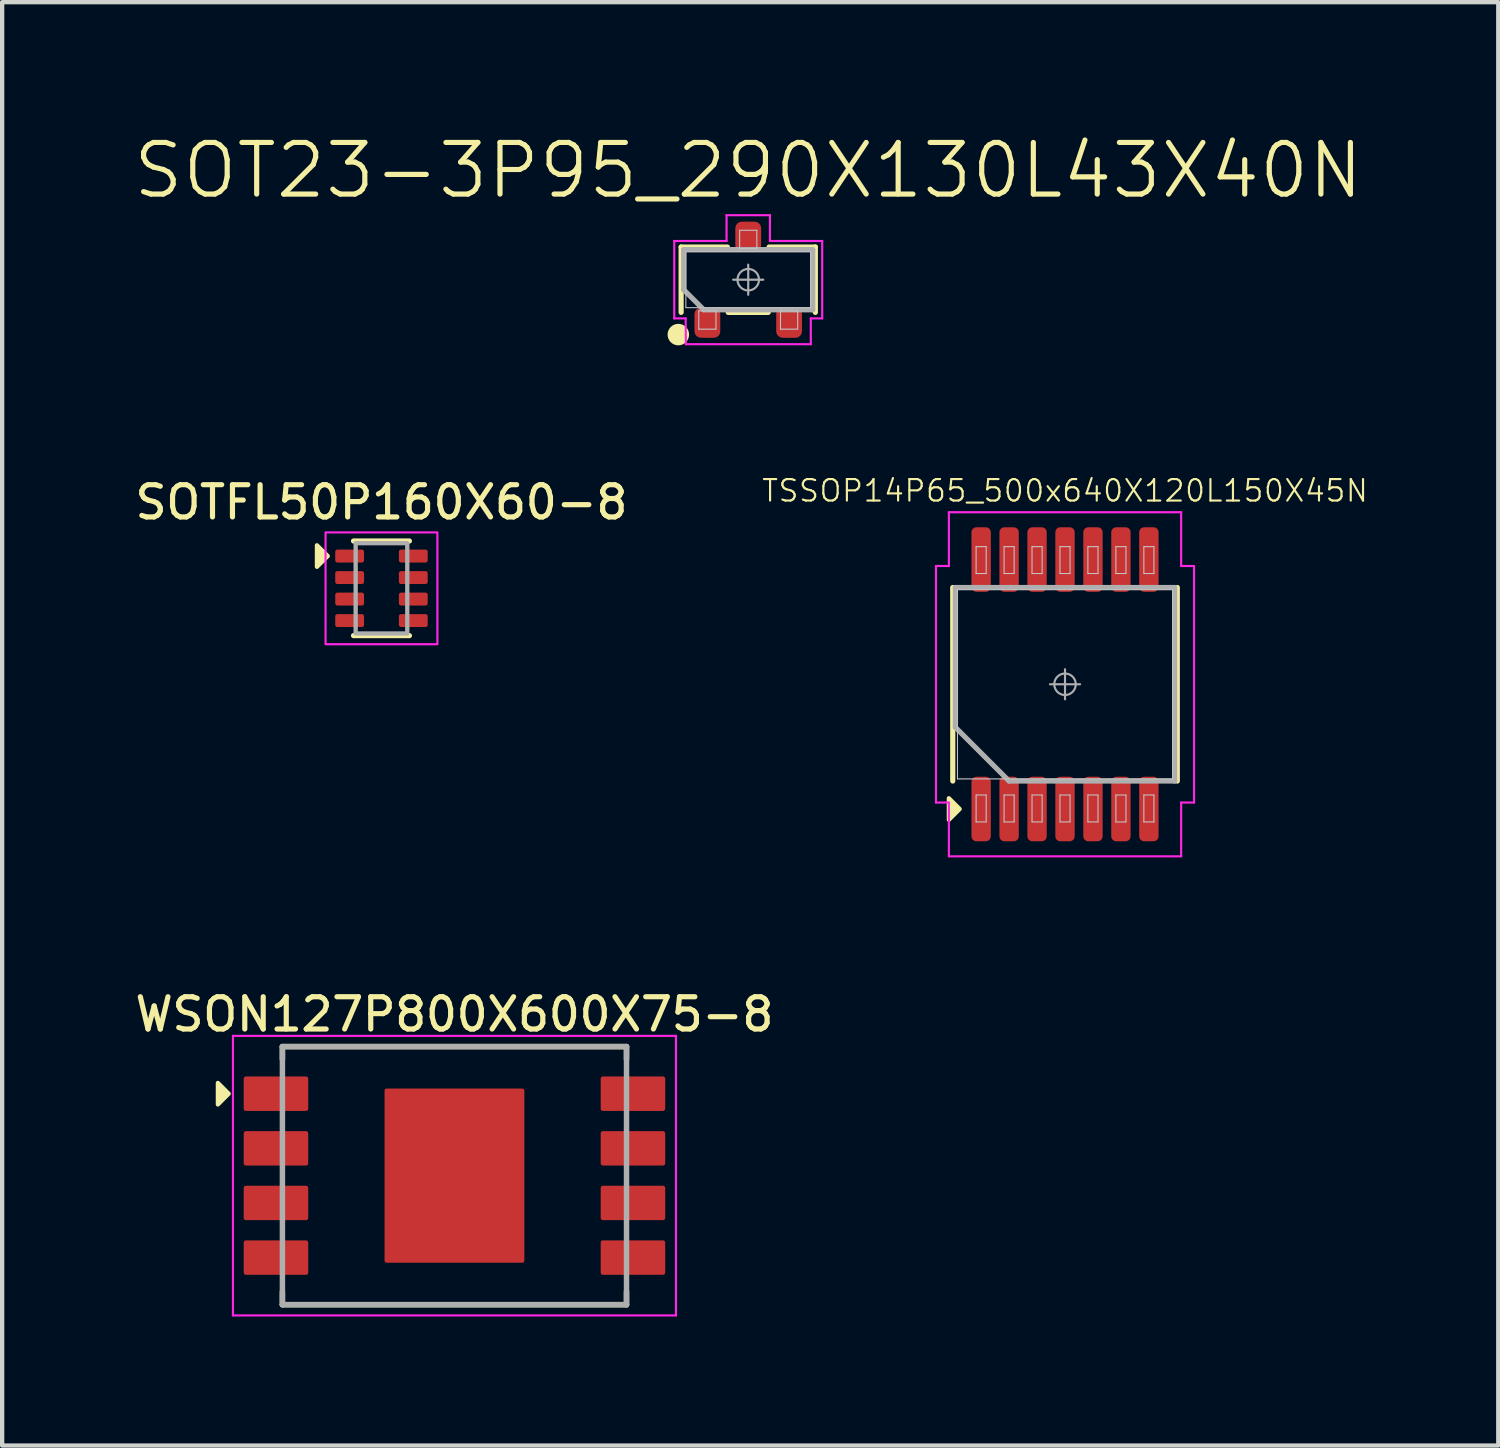
<source format=kicad_pcb>
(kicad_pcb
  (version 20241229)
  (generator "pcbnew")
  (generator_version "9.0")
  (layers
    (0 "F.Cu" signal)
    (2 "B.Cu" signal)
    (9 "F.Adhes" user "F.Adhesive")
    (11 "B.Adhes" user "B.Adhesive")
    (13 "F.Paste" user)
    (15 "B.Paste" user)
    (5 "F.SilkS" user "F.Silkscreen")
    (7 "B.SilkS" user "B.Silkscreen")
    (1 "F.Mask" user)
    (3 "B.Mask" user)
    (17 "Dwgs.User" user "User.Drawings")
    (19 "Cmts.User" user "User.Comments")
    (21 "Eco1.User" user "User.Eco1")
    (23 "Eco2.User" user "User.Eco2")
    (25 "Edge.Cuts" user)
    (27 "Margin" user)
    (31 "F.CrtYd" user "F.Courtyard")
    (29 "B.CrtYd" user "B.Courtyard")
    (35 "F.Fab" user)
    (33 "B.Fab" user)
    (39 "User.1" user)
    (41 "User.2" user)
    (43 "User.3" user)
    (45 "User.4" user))
  (footprint "WSON127P800X600X75-8"
    (layer "F.Cu")
    (at 7.516 24.283)
    (property "Reference" "WSON127P800X600X75-8" (at 0 -3.75 0) (layer "F.SilkS") (effects (font (size 0.75 0.75) (thickness 0.12))))
    (attr smd)
    (fp_line (start -4 -3) (end 4 -3) (stroke (width 0.127) (type solid)) (layer "F.SilkS"))
    (fp_line (start -4 -2.7) (end -4 -3) (stroke (width 0.127) (type solid)) (layer "F.SilkS"))
    (fp_line (start -4 3) (end -4 2.7) (stroke (width 0.127) (type solid)) (layer "F.SilkS"))
    (fp_line (start 4 -3) (end 4 -2.7) (stroke (width 0.127) (type solid)) (layer "F.SilkS"))
    (fp_line (start 4 3) (end -4 3) (stroke (width 0.127) (type solid)) (layer "F.SilkS"))
    (fp_line (start 4 3) (end 4 2.7) (stroke (width 0.127) (type solid)) (layer "F.SilkS"))
    (fp_poly (pts (xy -5.25 -1.905) (xy -5.5 -1.655) (xy -5.5 -2.155)) (stroke (width 0.1) (type solid)) (fill yes) (layer "F.SilkS"))
    (fp_rect (start -1.575 -1.975) (end -0.175 -0.175) (stroke (width 0.1) (type solid)) (fill yes) (layer "F.Paste"))
    (fp_rect (start -1.575 0.175) (end -0.175 1.975) (stroke (width 0.1) (type solid)) (fill yes) (layer "F.Paste"))
    (fp_rect (start 0.175 -1.975) (end 1.575 -0.175) (stroke (width 0.1) (type solid)) (fill yes) (layer "F.Paste"))
    (fp_rect (start 0.175 0.175) (end 1.575 1.975) (stroke (width 0.1) (type solid)) (fill yes) (layer "F.Paste"))
    (fp_line (start -5.15 -3.25) (end -5.15 3.25) (stroke (width 0.05) (type solid)) (layer "F.CrtYd"))
    (fp_line (start -5.15 3.25) (end 5.15 3.25) (stroke (width 0.05) (type solid)) (layer "F.CrtYd"))
    (fp_line (start 5.15 -3.25) (end -5.15 -3.25) (stroke (width 0.05) (type solid)) (layer "F.CrtYd"))
    (fp_line (start 5.15 3.25) (end 5.15 -3.25) (stroke (width 0.05) (type solid)) (layer "F.CrtYd"))
    (fp_line (start -4 -3) (end 4 -3) (stroke (width 0.127) (type solid)) (layer "F.Fab"))
    (fp_line (start -4 3) (end -4 -3) (stroke (width 0.127) (type solid)) (layer "F.Fab"))
    (fp_line (start 4 -3) (end 4 3) (stroke (width 0.127) (type solid)) (layer "F.Fab"))
    (fp_line (start 4 3) (end -4 3) (stroke (width 0.127) (type solid)) (layer "F.Fab"))
    (pad "1" smd roundrect (at -4.15 -1.905) (size 1.5 0.8) (layers "F.Cu" "F.Mask" "F.Paste") (roundrect_rratio 0.062))
    (pad "2" smd roundrect (at -4.15 -0.635) (size 1.5 0.8) (layers "F.Cu" "F.Mask" "F.Paste") (roundrect_rratio 0.062))
    (pad "3" smd roundrect (at -4.15 0.635) (size 1.5 0.8) (layers "F.Cu" "F.Mask" "F.Paste") (roundrect_rratio 0.062))
    (pad "4" smd roundrect (at -4.15 1.905) (size 1.5 0.8) (layers "F.Cu" "F.Mask" "F.Paste") (roundrect_rratio 0.062))
    (pad "5" smd roundrect (at 4.15 1.905) (size 1.5 0.8) (layers "F.Cu" "F.Mask" "F.Paste") (roundrect_rratio 0.062))
    (pad "6" smd roundrect (at 4.15 0.635) (size 1.5 0.8) (layers "F.Cu" "F.Mask" "F.Paste") (roundrect_rratio 0.062))
    (pad "7" smd roundrect (at 4.15 -0.635) (size 1.5 0.8) (layers "F.Cu" "F.Mask" "F.Paste") (roundrect_rratio 0.062))
    (pad "8" smd roundrect (at 4.15 -1.905) (size 1.5 0.8) (layers "F.Cu" "F.Mask" "F.Paste") (roundrect_rratio 0.062))
    (pad "9" smd roundrect (at 0 0) (size 3.25 4.05) (layers "F.Cu" "F.Mask") (roundrect_rratio 0.015)))
  (footprint "SOTFL50P160X60-8"
    (layer "F.Cu")
    (at 5.819 10.628)
    (property "Reference" "SOTFL50P160X60-8" (at 0 -2 0) (unlocked yes) (layer "F.SilkS") (effects (font (size 0.75 0.75) (thickness 0.12))))
    (attr smd)
    (fp_line (start -0.65 -1.1) (end 0.65 -1.1) (stroke (width 0.12) (type solid)) (layer "F.SilkS"))
    (fp_line (start -0.65 1.1) (end 0.65 1.1) (stroke (width 0.12) (type solid)) (layer "F.SilkS"))
    (fp_poly (pts (xy -1.25 -0.75) (xy -1.5 -0.5) (xy -1.5 -1)) (stroke (width 0.1) (type solid)) (fill yes) (layer "F.SilkS"))
    (fp_rect (start -1.3 -1.3) (end 1.3 1.3) (stroke (width 0.05) (type default)) (fill no) (layer "F.CrtYd"))
    (fp_rect (start -0.6 -1.05) (end 0.6 1.05) (stroke (width 0.1) (type solid)) (fill no) (layer "F.Fab"))
    (pad "1" smd roundrect (at -0.74 -0.75) (size 0.67 0.3) (layers "F.Cu" "F.Mask" "F.Paste") (roundrect_rratio 0.167))
    (pad "2" smd roundrect (at -0.74 -0.25) (size 0.67 0.3) (layers "F.Cu" "F.Mask" "F.Paste") (roundrect_rratio 0.167))
    (pad "3" smd roundrect (at -0.74 0.25) (size 0.67 0.3) (layers "F.Cu" "F.Mask" "F.Paste") (roundrect_rratio 0.167))
    (pad "4" smd roundrect (at -0.74 0.75) (size 0.67 0.3) (layers "F.Cu" "F.Mask" "F.Paste") (roundrect_rratio 0.167))
    (pad "5" smd roundrect (at 0.74 0.75) (size 0.67 0.3) (layers "F.Cu" "F.Mask" "F.Paste") (roundrect_rratio 0.167))
    (pad "6" smd roundrect (at 0.74 0.25) (size 0.67 0.3) (layers "F.Cu" "F.Mask" "F.Paste") (roundrect_rratio 0.167))
    (pad "7" smd roundrect (at 0.74 -0.25) (size 0.67 0.3) (layers "F.Cu" "F.Mask" "F.Paste") (roundrect_rratio 0.167))
    (pad "8" smd roundrect (at 0.74 -0.75) (size 0.67 0.3) (layers "F.Cu" "F.Mask" "F.Paste") (roundrect_rratio 0.167)))
  (footprint "TSSOP14P65_500x640X120L150X45N"
    (layer "F.Cu")
    (at 21.711 12.859)
    (property "Reference" "TSSOP14P65_500x640X120L150X45N" (at 0 -4.5 0) (layer "F.SilkS") (effects (font (size 0.5 0.5) (thickness 0.05))))
    (attr smd)
    (fp_line (start -2.61 2.25) (end -2.61 -2.25) (stroke (width 0.12) (type solid)) (layer "F.SilkS"))
    (fp_line (start 2.61 2.25) (end 2.61 -2.25) (stroke (width 0.12) (type solid)) (layer "F.SilkS"))
    (fp_poly (pts (xy -2.45 2.9) (xy -2.7 3.15) (xy -2.7 2.65)) (stroke (width 0.1) (type solid)) (fill yes) (layer "F.SilkS"))
    (fp_line (start -2.5 -2.2) (end 2.5 -2.2) (stroke (width 0.025) (type solid)) (layer "Dwgs.User"))
    (fp_line (start -2.5 2.2) (end -2.5 -2.2) (stroke (width 0.025) (type solid)) (layer "Dwgs.User"))
    (fp_line (start -2.067 -3.2) (end -1.833 -3.2) (stroke (width 0.025) (type solid)) (layer "Dwgs.User"))
    (fp_line (start -2.067 -2.575) (end -2.067 -3.2) (stroke (width 0.025) (type solid)) (layer "Dwgs.User"))
    (fp_line (start -2.067 2.575) (end -1.833 2.575) (stroke (width 0.025) (type solid)) (layer "Dwgs.User"))
    (fp_line (start -2.067 3.2) (end -2.067 2.575) (stroke (width 0.025) (type solid)) (layer "Dwgs.User"))
    (fp_line (start -1.833 -3.2) (end -1.833 -2.575) (stroke (width 0.025) (type solid)) (layer "Dwgs.User"))
    (fp_line (start -1.833 -2.575) (end -2.067 -2.575) (stroke (width 0.025) (type solid)) (layer "Dwgs.User"))
    (fp_line (start -1.833 2.575) (end -1.833 3.2) (stroke (width 0.025) (type solid)) (layer "Dwgs.User"))
    (fp_line (start -1.833 3.2) (end -2.067 3.2) (stroke (width 0.025) (type solid)) (layer "Dwgs.User"))
    (fp_line (start -1.417 -3.2) (end -1.183 -3.2) (stroke (width 0.025) (type solid)) (layer "Dwgs.User"))
    (fp_line (start -1.417 -2.575) (end -1.417 -3.2) (stroke (width 0.025) (type solid)) (layer "Dwgs.User"))
    (fp_line (start -1.417 2.575) (end -1.183 2.575) (stroke (width 0.025) (type solid)) (layer "Dwgs.User"))
    (fp_line (start -1.417 3.2) (end -1.417 2.575) (stroke (width 0.025) (type solid)) (layer "Dwgs.User"))
    (fp_line (start -1.183 -3.2) (end -1.183 -2.575) (stroke (width 0.025) (type solid)) (layer "Dwgs.User"))
    (fp_line (start -1.183 -2.575) (end -1.417 -2.575) (stroke (width 0.025) (type solid)) (layer "Dwgs.User"))
    (fp_line (start -1.183 2.575) (end -1.183 3.2) (stroke (width 0.025) (type solid)) (layer "Dwgs.User"))
    (fp_line (start -1.183 3.2) (end -1.417 3.2) (stroke (width 0.025) (type solid)) (layer "Dwgs.User"))
    (fp_line (start -0.767 -3.2) (end -0.532 -3.2) (stroke (width 0.025) (type solid)) (layer "Dwgs.User"))
    (fp_line (start -0.767 -2.575) (end -0.767 -3.2) (stroke (width 0.025) (type solid)) (layer "Dwgs.User"))
    (fp_line (start -0.767 2.575) (end -0.532 2.575) (stroke (width 0.025) (type solid)) (layer "Dwgs.User"))
    (fp_line (start -0.767 3.2) (end -0.767 2.575) (stroke (width 0.025) (type solid)) (layer "Dwgs.User"))
    (fp_line (start -0.532 -3.2) (end -0.532 -2.575) (stroke (width 0.025) (type solid)) (layer "Dwgs.User"))
    (fp_line (start -0.532 -2.575) (end -0.767 -2.575) (stroke (width 0.025) (type solid)) (layer "Dwgs.User"))
    (fp_line (start -0.532 2.575) (end -0.532 3.2) (stroke (width 0.025) (type solid)) (layer "Dwgs.User"))
    (fp_line (start -0.532 3.2) (end -0.767 3.2) (stroke (width 0.025) (type solid)) (layer "Dwgs.User"))
    (fp_line (start -0.117 -3.2) (end 0.117 -3.2) (stroke (width 0.025) (type solid)) (layer "Dwgs.User"))
    (fp_line (start -0.117 -2.575) (end -0.117 -3.2) (stroke (width 0.025) (type solid)) (layer "Dwgs.User"))
    (fp_line (start -0.117 2.575) (end 0.117 2.575) (stroke (width 0.025) (type solid)) (layer "Dwgs.User"))
    (fp_line (start -0.117 3.2) (end -0.117 2.575) (stroke (width 0.025) (type solid)) (layer "Dwgs.User"))
    (fp_line (start 0.117 -3.2) (end 0.117 -2.575) (stroke (width 0.025) (type solid)) (layer "Dwgs.User"))
    (fp_line (start 0.117 -2.575) (end -0.117 -2.575) (stroke (width 0.025) (type solid)) (layer "Dwgs.User"))
    (fp_line (start 0.117 2.575) (end 0.117 3.2) (stroke (width 0.025) (type solid)) (layer "Dwgs.User"))
    (fp_line (start 0.117 3.2) (end -0.117 3.2) (stroke (width 0.025) (type solid)) (layer "Dwgs.User"))
    (fp_line (start 0.532 -3.2) (end 0.767 -3.2) (stroke (width 0.025) (type solid)) (layer "Dwgs.User"))
    (fp_line (start 0.532 -2.575) (end 0.532 -3.2) (stroke (width 0.025) (type solid)) (layer "Dwgs.User"))
    (fp_line (start 0.532 2.575) (end 0.767 2.575) (stroke (width 0.025) (type solid)) (layer "Dwgs.User"))
    (fp_line (start 0.532 3.2) (end 0.532 2.575) (stroke (width 0.025) (type solid)) (layer "Dwgs.User"))
    (fp_line (start 0.767 -3.2) (end 0.767 -2.575) (stroke (width 0.025) (type solid)) (layer "Dwgs.User"))
    (fp_line (start 0.767 -2.575) (end 0.532 -2.575) (stroke (width 0.025) (type solid)) (layer "Dwgs.User"))
    (fp_line (start 0.767 2.575) (end 0.767 3.2) (stroke (width 0.025) (type solid)) (layer "Dwgs.User"))
    (fp_line (start 0.767 3.2) (end 0.532 3.2) (stroke (width 0.025) (type solid)) (layer "Dwgs.User"))
    (fp_line (start 1.183 -3.2) (end 1.417 -3.2) (stroke (width 0.025) (type solid)) (layer "Dwgs.User"))
    (fp_line (start 1.183 -2.575) (end 1.183 -3.2) (stroke (width 0.025) (type solid)) (layer "Dwgs.User"))
    (fp_line (start 1.183 2.575) (end 1.417 2.575) (stroke (width 0.025) (type solid)) (layer "Dwgs.User"))
    (fp_line (start 1.183 3.2) (end 1.183 2.575) (stroke (width 0.025) (type solid)) (layer "Dwgs.User"))
    (fp_line (start 1.417 -3.2) (end 1.417 -2.575) (stroke (width 0.025) (type solid)) (layer "Dwgs.User"))
    (fp_line (start 1.417 -2.575) (end 1.183 -2.575) (stroke (width 0.025) (type solid)) (layer "Dwgs.User"))
    (fp_line (start 1.417 2.575) (end 1.417 3.2) (stroke (width 0.025) (type solid)) (layer "Dwgs.User"))
    (fp_line (start 1.417 3.2) (end 1.183 3.2) (stroke (width 0.025) (type solid)) (layer "Dwgs.User"))
    (fp_line (start 1.833 -3.2) (end 2.067 -3.2) (stroke (width 0.025) (type solid)) (layer "Dwgs.User"))
    (fp_line (start 1.833 -2.575) (end 1.833 -3.2) (stroke (width 0.025) (type solid)) (layer "Dwgs.User"))
    (fp_line (start 1.833 2.575) (end 2.067 2.575) (stroke (width 0.025) (type solid)) (layer "Dwgs.User"))
    (fp_line (start 1.833 3.2) (end 1.833 2.575) (stroke (width 0.025) (type solid)) (layer "Dwgs.User"))
    (fp_line (start 2.067 -3.2) (end 2.067 -2.575) (stroke (width 0.025) (type solid)) (layer "Dwgs.User"))
    (fp_line (start 2.067 -2.575) (end 1.833 -2.575) (stroke (width 0.025) (type solid)) (layer "Dwgs.User"))
    (fp_line (start 2.067 2.575) (end 2.067 3.2) (stroke (width 0.025) (type solid)) (layer "Dwgs.User"))
    (fp_line (start 2.067 3.2) (end 1.833 3.2) (stroke (width 0.025) (type solid)) (layer "Dwgs.User"))
    (fp_line (start 2.5 -2.2) (end 2.5 2.2) (stroke (width 0.025) (type solid)) (layer "Dwgs.User"))
    (fp_line (start 2.5 2.2) (end -2.5 2.2) (stroke (width 0.025) (type solid)) (layer "Dwgs.User"))
    (fp_line (start -3 -2.75) (end -3 2.75) (stroke (width 0.05) (type solid)) (layer "F.CrtYd"))
    (fp_line (start -3 -2.75) (end -2.7 -2.75) (stroke (width 0.05) (type solid)) (layer "F.CrtYd"))
    (fp_line (start -3 2.75) (end -2.7 2.75) (stroke (width 0.05) (type solid)) (layer "F.CrtYd"))
    (fp_line (start -2.7 -2.75) (end -2.7 -4) (stroke (width 0.05) (type solid)) (layer "F.CrtYd"))
    (fp_line (start -2.7 2.75) (end -2.7 4) (stroke (width 0.05) (type solid)) (layer "F.CrtYd"))
    (fp_line (start -2.7 4) (end 2.7 4) (stroke (width 0.05) (type solid)) (layer "F.CrtYd"))
    (fp_line (start 2.7 -4) (end -2.7 -4) (stroke (width 0.05) (type solid)) (layer "F.CrtYd"))
    (fp_line (start 2.7 -2.75) (end 2.7 -4) (stroke (width 0.05) (type solid)) (layer "F.CrtYd"))
    (fp_line (start 2.7 2.75) (end 2.7 4) (stroke (width 0.05) (type solid)) (layer "F.CrtYd"))
    (fp_line (start 3 -2.75) (end 2.7 -2.75) (stroke (width 0.05) (type solid)) (layer "F.CrtYd"))
    (fp_line (start 3 2.75) (end 2.7 2.75) (stroke (width 0.05) (type solid)) (layer "F.CrtYd"))
    (fp_line (start 3 2.75) (end 3 -2.75) (stroke (width 0.05) (type solid)) (layer "F.CrtYd"))
    (fp_line (start -2.55 -2.25) (end 2.55 -2.25) (stroke (width 0.12) (type solid)) (layer "F.Fab"))
    (fp_line (start -2.55 1) (end -2.55 -2.25) (stroke (width 0.12) (type solid)) (layer "F.Fab"))
    (fp_line (start -1.3 2.25) (end -2.55 1) (stroke (width 0.12) (type solid)) (layer "F.Fab"))
    (fp_line (start -0.35 0) (end 0.35 0) (stroke (width 0.05) (type solid)) (layer "F.Fab"))
    (fp_line (start 0 -0.35) (end 0 0.35) (stroke (width 0.05) (type solid)) (layer "F.Fab"))
    (fp_line (start 2.55 -2.25) (end 2.55 2.25) (stroke (width 0.12) (type solid)) (layer "F.Fab"))
    (fp_line (start 2.55 2.25) (end -1.3 2.25) (stroke (width 0.12) (type solid)) (layer "F.Fab"))
    (fp_circle (center 0 0) (end 0.25 0) (stroke (width 0.05) (type solid)) (fill no) (layer "F.Fab"))
    (pad "1" smd roundrect (at -1.95 2.9 90) (size 1.5 0.45) (layers "F.Cu" "F.Mask" "F.Paste") (roundrect_rratio 0.251))
    (pad "2" smd roundrect (at -1.3 2.9 90) (size 1.5 0.45) (layers "F.Cu" "F.Mask" "F.Paste") (roundrect_rratio 0.251))
    (pad "3" smd roundrect (at -0.65 2.9 90) (size 1.5 0.45) (layers "F.Cu" "F.Mask" "F.Paste") (roundrect_rratio 0.251))
    (pad "4" smd roundrect (at 0 2.9 90) (size 1.5 0.45) (layers "F.Cu" "F.Mask" "F.Paste") (roundrect_rratio 0.251))
    (pad "5" smd roundrect (at 0.65 2.9 90) (size 1.5 0.45) (layers "F.Cu" "F.Mask" "F.Paste") (roundrect_rratio 0.251))
    (pad "6" smd roundrect (at 1.3 2.9 90) (size 1.5 0.45) (layers "F.Cu" "F.Mask" "F.Paste") (roundrect_rratio 0.251))
    (pad "7" smd roundrect (at 1.95 2.9 90) (size 1.5 0.45) (layers "F.Cu" "F.Mask" "F.Paste") (roundrect_rratio 0.251))
    (pad "8" smd roundrect (at 1.95 -2.9 90) (size 1.5 0.45) (layers "F.Cu" "F.Mask" "F.Paste") (roundrect_rratio 0.251))
    (pad "9" smd roundrect (at 1.3 -2.9 90) (size 1.5 0.45) (layers "F.Cu" "F.Mask" "F.Paste") (roundrect_rratio 0.251))
    (pad "10" smd roundrect (at 0.65 -2.9 90) (size 1.5 0.45) (layers "F.Cu" "F.Mask" "F.Paste") (roundrect_rratio 0.251))
    (pad "11" smd roundrect (at 0 -2.9 90) (size 1.5 0.45) (layers "F.Cu" "F.Mask" "F.Paste") (roundrect_rratio 0.251))
    (pad "12" smd roundrect (at -0.65 -2.9 90) (size 1.5 0.45) (layers "F.Cu" "F.Mask" "F.Paste") (roundrect_rratio 0.251))
    (pad "13" smd roundrect (at -1.3 -2.9 90) (size 1.5 0.45) (layers "F.Cu" "F.Mask" "F.Paste") (roundrect_rratio 0.251))
    (pad "14" smd roundrect (at -1.95 -2.9 90) (size 1.5 0.45) (layers "F.Cu" "F.Mask" "F.Paste") (roundrect_rratio 0.251)))
  (footprint "SOT23-3P95_290X130L43X40N"
    (layer "F.Cu")
    (at 14.346 3.453)
    (property "Reference" "SOT23-3P95_290X130L43X40N" (at 0 -2.54 0) (layer "F.SilkS") (effects (font (size 1.2 1.2) (thickness 0.12))))
    (attr smd)
    (fp_line (start -1.56 -0.76) (end -0.485 -0.76) (stroke (width 0.12) (type solid)) (layer "F.SilkS"))
    (fp_line (start -1.56 0.76) (end -1.56 -0.76) (stroke (width 0.12) (type solid)) (layer "F.SilkS"))
    (fp_line (start 0.466 0.76) (end -0.466 0.76) (stroke (width 0.12) (type solid)) (layer "F.SilkS"))
    (fp_line (start 0.485 -0.76) (end 1.56 -0.76) (stroke (width 0.12) (type solid)) (layer "F.SilkS"))
    (fp_line (start 1.56 -0.76) (end 1.56 0.76) (stroke (width 0.12) (type solid)) (layer "F.SilkS"))
    (fp_circle (center -1.625 1.276) (end -1.625 1.401) (stroke (width 0.25) (type solid)) (fill no) (layer "F.SilkS"))
    (fp_line (start -1.45 -0.65) (end 1.45 -0.65) (stroke (width 0.025) (type solid)) (layer "Dwgs.User"))
    (fp_line (start -1.45 0.65) (end -1.45 -0.65) (stroke (width 0.025) (type solid)) (layer "Dwgs.User"))
    (fp_line (start -1.15 0.725) (end -0.75 0.725) (stroke (width 0.025) (type solid)) (layer "Dwgs.User"))
    (fp_line (start -1.15 1.15) (end -1.15 0.725) (stroke (width 0.025) (type solid)) (layer "Dwgs.User"))
    (fp_line (start -0.75 0.725) (end -0.75 1.15) (stroke (width 0.025) (type solid)) (layer "Dwgs.User"))
    (fp_line (start -0.75 1.15) (end -1.15 1.15) (stroke (width 0.025) (type solid)) (layer "Dwgs.User"))
    (fp_line (start -0.2 -1.15) (end 0.2 -1.15) (stroke (width 0.025) (type solid)) (layer "Dwgs.User"))
    (fp_line (start -0.2 -0.725) (end -0.2 -1.15) (stroke (width 0.025) (type solid)) (layer "Dwgs.User"))
    (fp_line (start 0.2 -1.15) (end 0.2 -0.725) (stroke (width 0.025) (type solid)) (layer "Dwgs.User"))
    (fp_line (start 0.2 -0.725) (end -0.2 -0.725) (stroke (width 0.025) (type solid)) (layer "Dwgs.User"))
    (fp_line (start 0.75 0.725) (end 1.15 0.725) (stroke (width 0.025) (type solid)) (layer "Dwgs.User"))
    (fp_line (start 0.75 1.15) (end 0.75 0.725) (stroke (width 0.025) (type solid)) (layer "Dwgs.User"))
    (fp_line (start 1.15 0.725) (end 1.15 1.15) (stroke (width 0.025) (type solid)) (layer "Dwgs.User"))
    (fp_line (start 1.15 1.15) (end 0.75 1.15) (stroke (width 0.025) (type solid)) (layer "Dwgs.User"))
    (fp_line (start 1.45 -0.65) (end 1.45 0.65) (stroke (width 0.025) (type solid)) (layer "Dwgs.User"))
    (fp_line (start 1.45 0.65) (end -1.45 0.65) (stroke (width 0.025) (type solid)) (layer "Dwgs.User"))
    (fp_line (start -1.72 -0.9) (end -1.72 0.9) (stroke (width 0.05) (type solid)) (layer "F.CrtYd"))
    (fp_line (start -1.72 0.9) (end -1.455 0.9) (stroke (width 0.05) (type solid)) (layer "F.CrtYd"))
    (fp_line (start -1.455 0.9) (end -1.45 1.5) (stroke (width 0.05) (type solid)) (layer "F.CrtYd"))
    (fp_line (start -1.45 1.5) (end 1.455 1.5) (stroke (width 0.05) (type solid)) (layer "F.CrtYd"))
    (fp_line (start -0.504 -1.5) (end -0.504 -0.9) (stroke (width 0.05) (type solid)) (layer "F.CrtYd"))
    (fp_line (start -0.504 -0.9) (end -1.72 -0.9) (stroke (width 0.05) (type solid)) (layer "F.CrtYd"))
    (fp_line (start 0.504 -1.5) (end -0.504 -1.5) (stroke (width 0.05) (type solid)) (layer "F.CrtYd"))
    (fp_line (start 0.504 -0.9) (end 0.504 -1.5) (stroke (width 0.05) (type solid)) (layer "F.CrtYd"))
    (fp_line (start 1.455 0.9) (end 1.72 0.9) (stroke (width 0.05) (type solid)) (layer "F.CrtYd"))
    (fp_line (start 1.455 1.5) (end 1.455 0.9) (stroke (width 0.05) (type solid)) (layer "F.CrtYd"))
    (fp_line (start 1.72 -0.9) (end 0.504 -0.9) (stroke (width 0.05) (type solid)) (layer "F.CrtYd"))
    (fp_line (start 1.72 0.9) (end 1.72 -0.9) (stroke (width 0.05) (type solid)) (layer "F.CrtYd"))
    (fp_line (start -1.5 -0.7) (end 1.5 -0.7) (stroke (width 0.12) (type solid)) (layer "F.Fab"))
    (fp_line (start -1.5 0.233) (end -1.5 -0.7) (stroke (width 0.12) (type solid)) (layer "F.Fab"))
    (fp_line (start -1.033 0.7) (end -1.5 0.233) (stroke (width 0.12) (type solid)) (layer "F.Fab"))
    (fp_line (start -0.35 0) (end 0.35 0) (stroke (width 0.05) (type solid)) (layer "F.Fab"))
    (fp_line (start 0 -0.35) (end 0 0.35) (stroke (width 0.05) (type solid)) (layer "F.Fab"))
    (fp_line (start 1.5 -0.7) (end 1.5 0.7) (stroke (width 0.12) (type solid)) (layer "F.Fab"))
    (fp_line (start 1.5 0.7) (end -1.033 0.7) (stroke (width 0.12) (type solid)) (layer "F.Fab"))
    (fp_circle (center 0 0) (end 0.25 0) (stroke (width 0.05) (type solid)) (fill no) (layer "F.Fab"))
    (pad "1" smd roundrect (at -0.95 1 90) (size 0.7 0.6) (layers "F.Cu" "F.Mask" "F.Paste") (roundrect_rratio 0.25))
    (pad "2" smd roundrect (at 0.95 1 90) (size 0.7 0.6) (layers "F.Cu" "F.Mask" "F.Paste") (roundrect_rratio 0.25))
    (pad "3" smd roundrect (at 0 -1 90) (size 0.7 0.6) (layers "F.Cu" "F.Mask" "F.Paste") (roundrect_rratio 0.25)))
  (gr_rect
    (start -3 -3)
    (end 31.784 30.558)
    (stroke (width 0.1) (type default))
    (fill no)
    (layer "Edge.Cuts")))
</source>
